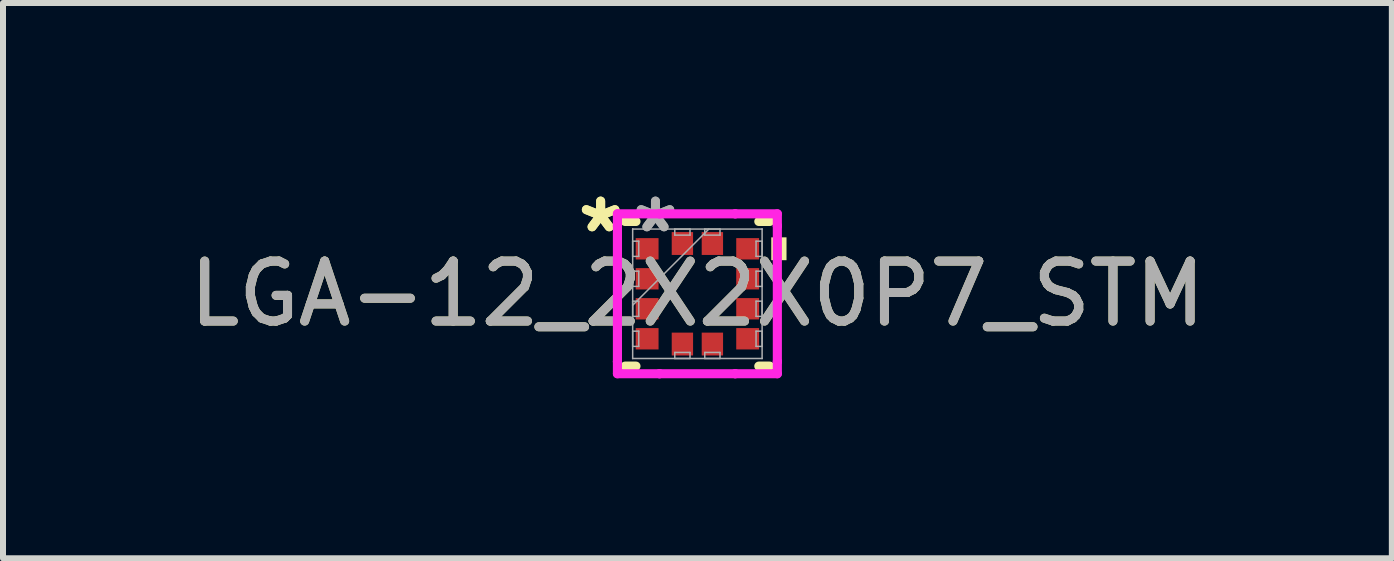
<source format=kicad_pcb>
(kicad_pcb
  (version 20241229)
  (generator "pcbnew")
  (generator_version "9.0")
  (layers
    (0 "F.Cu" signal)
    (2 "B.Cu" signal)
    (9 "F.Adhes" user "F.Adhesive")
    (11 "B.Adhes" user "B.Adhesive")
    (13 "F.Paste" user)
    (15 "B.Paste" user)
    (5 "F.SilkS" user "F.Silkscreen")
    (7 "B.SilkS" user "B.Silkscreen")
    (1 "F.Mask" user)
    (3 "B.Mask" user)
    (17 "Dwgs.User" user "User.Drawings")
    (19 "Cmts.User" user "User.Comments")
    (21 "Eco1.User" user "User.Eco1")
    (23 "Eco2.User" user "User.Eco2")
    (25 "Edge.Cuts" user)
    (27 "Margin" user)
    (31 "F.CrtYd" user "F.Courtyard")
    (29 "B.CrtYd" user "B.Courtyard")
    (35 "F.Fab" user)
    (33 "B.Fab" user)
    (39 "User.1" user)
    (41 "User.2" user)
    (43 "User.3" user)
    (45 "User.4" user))
  (footprint "LGA-12_2X2X0P7_STM"
    (layer "F.Cu")
    (at 8.577 1.848)
    (property "Reference" "LGA-12_2X2X0P7_STM" (at 0 0 0) (unlocked yes) (layer "F.SilkS") (effects (font (size 1 1) (thickness 0.15))))
    (attr smd)
    (fp_line (start -1.206 1.206) (end -1.024 1.206) (stroke (width 0.152) (type solid)) (layer "F.SilkS"))
    (fp_line (start -1.024 -1.206) (end -1.206 -1.206) (stroke (width 0.152) (type solid)) (layer "F.SilkS"))
    (fp_line (start 1.024 1.206) (end 1.206 1.206) (stroke (width 0.152) (type solid)) (layer "F.SilkS"))
    (fp_line (start 1.206 -1.206) (end 1.024 -1.206) (stroke (width 0.152) (type solid)) (layer "F.SilkS"))
    (fp_poly (pts (xy 1.486 -0.941) (xy 1.486 -0.56) (xy 1.232 -0.56) (xy 1.232 -0.941)) (stroke (width 0) (type solid)) (fill yes) (layer "F.SilkS"))
    (fp_line (start -1.333 -1.333) (end -0.631 -1.333) (stroke (width 0.152) (type solid)) (layer "F.CrtYd"))
    (fp_line (start -1.333 -1.131) (end -1.333 -1.333) (stroke (width 0.152) (type solid)) (layer "F.CrtYd"))
    (fp_line (start -1.333 -1.131) (end -1.333 -1.131) (stroke (width 0.152) (type solid)) (layer "F.CrtYd"))
    (fp_line (start -1.333 1.131) (end -1.333 -1.131) (stroke (width 0.152) (type solid)) (layer "F.CrtYd"))
    (fp_line (start -1.333 1.131) (end -1.333 1.131) (stroke (width 0.152) (type solid)) (layer "F.CrtYd"))
    (fp_line (start -1.333 1.333) (end -1.333 1.131) (stroke (width 0.152) (type solid)) (layer "F.CrtYd"))
    (fp_line (start -0.631 -1.333) (end -0.631 -1.333) (stroke (width 0.152) (type solid)) (layer "F.CrtYd"))
    (fp_line (start -0.631 -1.333) (end 0.631 -1.333) (stroke (width 0.152) (type solid)) (layer "F.CrtYd"))
    (fp_line (start -0.631 1.333) (end -1.333 1.333) (stroke (width 0.152) (type solid)) (layer "F.CrtYd"))
    (fp_line (start -0.631 1.333) (end -0.631 1.333) (stroke (width 0.152) (type solid)) (layer "F.CrtYd"))
    (fp_line (start 0.631 -1.333) (end 0.631 -1.333) (stroke (width 0.152) (type solid)) (layer "F.CrtYd"))
    (fp_line (start 0.631 -1.333) (end 1.333 -1.333) (stroke (width 0.152) (type solid)) (layer "F.CrtYd"))
    (fp_line (start 0.631 1.333) (end -0.631 1.333) (stroke (width 0.152) (type solid)) (layer "F.CrtYd"))
    (fp_line (start 0.631 1.333) (end 0.631 1.333) (stroke (width 0.152) (type solid)) (layer "F.CrtYd"))
    (fp_line (start 1.333 -1.333) (end 1.333 -1.131) (stroke (width 0.152) (type solid)) (layer "F.CrtYd"))
    (fp_line (start 1.333 -1.131) (end 1.333 -1.131) (stroke (width 0.152) (type solid)) (layer "F.CrtYd"))
    (fp_line (start 1.333 -1.131) (end 1.333 1.131) (stroke (width 0.152) (type solid)) (layer "F.CrtYd"))
    (fp_line (start 1.333 1.131) (end 1.333 1.131) (stroke (width 0.152) (type solid)) (layer "F.CrtYd"))
    (fp_line (start 1.333 1.131) (end 1.333 1.333) (stroke (width 0.152) (type solid)) (layer "F.CrtYd"))
    (fp_line (start 1.333 1.333) (end 0.631 1.333) (stroke (width 0.152) (type solid)) (layer "F.CrtYd"))
    (fp_line (start -1.079 -1.079) (end -1.079 -1.079) (stroke (width 0.025) (type solid)) (layer "F.Fab"))
    (fp_line (start -1.079 -1.079) (end -1.079 1.079) (stroke (width 0.025) (type solid)) (layer "F.Fab"))
    (fp_line (start -1.079 -0.877) (end -0.978 -0.877) (stroke (width 0.025) (type solid)) (layer "F.Fab"))
    (fp_line (start -1.079 -0.623) (end -1.079 -0.877) (stroke (width 0.025) (type solid)) (layer "F.Fab"))
    (fp_line (start -1.079 -0.377) (end -0.978 -0.377) (stroke (width 0.025) (type solid)) (layer "F.Fab"))
    (fp_line (start -1.079 -0.123) (end -1.079 -0.377) (stroke (width 0.025) (type solid)) (layer "F.Fab"))
    (fp_line (start -1.079 0.123) (end -0.978 0.123) (stroke (width 0.025) (type solid)) (layer "F.Fab"))
    (fp_line (start -1.079 0.191) (end 0.191 -1.079) (stroke (width 0.025) (type solid)) (layer "F.Fab"))
    (fp_line (start -1.079 0.377) (end -1.079 0.123) (stroke (width 0.025) (type solid)) (layer "F.Fab"))
    (fp_line (start -1.079 0.623) (end -0.978 0.623) (stroke (width 0.025) (type solid)) (layer "F.Fab"))
    (fp_line (start -1.079 0.877) (end -1.079 0.623) (stroke (width 0.025) (type solid)) (layer "F.Fab"))
    (fp_line (start -1.079 1.079) (end -1.079 1.079) (stroke (width 0.025) (type solid)) (layer "F.Fab"))
    (fp_line (start -1.079 1.079) (end 1.079 1.079) (stroke (width 0.025) (type solid)) (layer "F.Fab"))
    (fp_line (start -0.978 -0.877) (end -0.978 -0.623) (stroke (width 0.025) (type solid)) (layer "F.Fab"))
    (fp_line (start -0.978 -0.623) (end -1.079 -0.623) (stroke (width 0.025) (type solid)) (layer "F.Fab"))
    (fp_line (start -0.978 -0.377) (end -0.978 -0.123) (stroke (width 0.025) (type solid)) (layer "F.Fab"))
    (fp_line (start -0.978 -0.123) (end -1.079 -0.123) (stroke (width 0.025) (type solid)) (layer "F.Fab"))
    (fp_line (start -0.978 0.123) (end -0.978 0.377) (stroke (width 0.025) (type solid)) (layer "F.Fab"))
    (fp_line (start -0.978 0.377) (end -1.079 0.377) (stroke (width 0.025) (type solid)) (layer "F.Fab"))
    (fp_line (start -0.978 0.623) (end -0.978 0.877) (stroke (width 0.025) (type solid)) (layer "F.Fab"))
    (fp_line (start -0.978 0.877) (end -1.079 0.877) (stroke (width 0.025) (type solid)) (layer "F.Fab"))
    (fp_line (start -0.377 -1.079) (end -0.123 -1.079) (stroke (width 0.025) (type solid)) (layer "F.Fab"))
    (fp_line (start -0.377 -0.978) (end -0.377 -1.079) (stroke (width 0.025) (type solid)) (layer "F.Fab"))
    (fp_line (start -0.377 0.978) (end -0.123 0.978) (stroke (width 0.025) (type solid)) (layer "F.Fab"))
    (fp_line (start -0.377 1.079) (end -0.377 0.978) (stroke (width 0.025) (type solid)) (layer "F.Fab"))
    (fp_line (start -0.123 -1.079) (end -0.123 -0.978) (stroke (width 0.025) (type solid)) (layer "F.Fab"))
    (fp_line (start -0.123 -0.978) (end -0.377 -0.978) (stroke (width 0.025) (type solid)) (layer "F.Fab"))
    (fp_line (start -0.123 0.978) (end -0.123 1.079) (stroke (width 0.025) (type solid)) (layer "F.Fab"))
    (fp_line (start -0.123 1.079) (end -0.377 1.079) (stroke (width 0.025) (type solid)) (layer "F.Fab"))
    (fp_line (start 0.123 -1.079) (end 0.377 -1.079) (stroke (width 0.025) (type solid)) (layer "F.Fab"))
    (fp_line (start 0.123 -0.978) (end 0.123 -1.079) (stroke (width 0.025) (type solid)) (layer "F.Fab"))
    (fp_line (start 0.123 0.978) (end 0.377 0.978) (stroke (width 0.025) (type solid)) (layer "F.Fab"))
    (fp_line (start 0.123 1.079) (end 0.123 0.978) (stroke (width 0.025) (type solid)) (layer "F.Fab"))
    (fp_line (start 0.377 -1.079) (end 0.377 -0.978) (stroke (width 0.025) (type solid)) (layer "F.Fab"))
    (fp_line (start 0.377 -0.978) (end 0.123 -0.978) (stroke (width 0.025) (type solid)) (layer "F.Fab"))
    (fp_line (start 0.377 0.978) (end 0.377 1.079) (stroke (width 0.025) (type solid)) (layer "F.Fab"))
    (fp_line (start 0.377 1.079) (end 0.123 1.079) (stroke (width 0.025) (type solid)) (layer "F.Fab"))
    (fp_line (start 0.978 -0.877) (end 1.079 -0.877) (stroke (width 0.025) (type solid)) (layer "F.Fab"))
    (fp_line (start 0.978 -0.623) (end 0.978 -0.877) (stroke (width 0.025) (type solid)) (layer "F.Fab"))
    (fp_line (start 0.978 -0.377) (end 1.079 -0.377) (stroke (width 0.025) (type solid)) (layer "F.Fab"))
    (fp_line (start 0.978 -0.123) (end 0.978 -0.377) (stroke (width 0.025) (type solid)) (layer "F.Fab"))
    (fp_line (start 0.978 0.123) (end 1.079 0.123) (stroke (width 0.025) (type solid)) (layer "F.Fab"))
    (fp_line (start 0.978 0.377) (end 0.978 0.123) (stroke (width 0.025) (type solid)) (layer "F.Fab"))
    (fp_line (start 0.978 0.623) (end 1.079 0.623) (stroke (width 0.025) (type solid)) (layer "F.Fab"))
    (fp_line (start 0.978 0.877) (end 0.978 0.623) (stroke (width 0.025) (type solid)) (layer "F.Fab"))
    (fp_line (start 1.079 -1.079) (end -1.079 -1.079) (stroke (width 0.025) (type solid)) (layer "F.Fab"))
    (fp_line (start 1.079 -1.079) (end 1.079 -1.079) (stroke (width 0.025) (type solid)) (layer "F.Fab"))
    (fp_line (start 1.079 -0.877) (end 1.079 -0.623) (stroke (width 0.025) (type solid)) (layer "F.Fab"))
    (fp_line (start 1.079 -0.623) (end 0.978 -0.623) (stroke (width 0.025) (type solid)) (layer "F.Fab"))
    (fp_line (start 1.079 -0.377) (end 1.079 -0.123) (stroke (width 0.025) (type solid)) (layer "F.Fab"))
    (fp_line (start 1.079 -0.123) (end 0.978 -0.123) (stroke (width 0.025) (type solid)) (layer "F.Fab"))
    (fp_line (start 1.079 0.123) (end 1.079 0.377) (stroke (width 0.025) (type solid)) (layer "F.Fab"))
    (fp_line (start 1.079 0.377) (end 0.978 0.377) (stroke (width 0.025) (type solid)) (layer "F.Fab"))
    (fp_line (start 1.079 0.623) (end 1.079 0.877) (stroke (width 0.025) (type solid)) (layer "F.Fab"))
    (fp_line (start 1.079 0.877) (end 0.978 0.877) (stroke (width 0.025) (type solid)) (layer "F.Fab"))
    (fp_line (start 1.079 1.079) (end 1.079 -1.079) (stroke (width 0.025) (type solid)) (layer "F.Fab"))
    (fp_line (start 1.079 1.079) (end 1.079 1.079) (stroke (width 0.025) (type solid)) (layer "F.Fab"))
    (fp_text user "*" (at -1.613 -1 0) (unlocked yes) (layer "F.SilkS") (effects (font (size 1 1) (thickness 0.15))))
    (fp_text user "*" (at -1.613 -1 0) (layer "F.SilkS") (effects (font (size 1 1) (thickness 0.15))))
    (fp_text user "*" (at -0.699 -1 0) (layer "F.Fab") (effects (font (size 1 1) (thickness 0.15))))
    (fp_text user "${REFERENCE}" (at 0 0 0) (unlocked yes) (layer "F.Fab") (effects (font (size 1 1) (thickness 0.15))))
    (fp_text user "*" (at -0.699 -1 0) (unlocked yes) (layer "F.Fab") (effects (font (size 1 1) (thickness 0.15))))
    (pad "1" smd rect (at -0.838 -0.75 90) (size 0.356 0.381) (layers "F.Cu" "F.Mask" "F.Paste"))
    (pad "2" smd rect (at -0.838 -0.25 90) (size 0.356 0.381) (layers "F.Cu" "F.Mask" "F.Paste"))
    (pad "3" smd rect (at -0.838 0.25 90) (size 0.356 0.381) (layers "F.Cu" "F.Mask" "F.Paste"))
    (pad "4" smd rect (at -0.838 0.75 90) (size 0.356 0.381) (layers "F.Cu" "F.Mask" "F.Paste"))
    (pad "5" smd rect (at -0.25 0.838) (size 0.356 0.381) (layers "F.Cu" "F.Mask" "F.Paste"))
    (pad "6" smd rect (at 0.25 0.838) (size 0.356 0.381) (layers "F.Cu" "F.Mask" "F.Paste"))
    (pad "7" smd rect (at 0.838 0.75 90) (size 0.356 0.381) (layers "F.Cu" "F.Mask" "F.Paste"))
    (pad "8" smd rect (at 0.838 0.25 90) (size 0.356 0.381) (layers "F.Cu" "F.Mask" "F.Paste"))
    (pad "9" smd rect (at 0.838 -0.25 90) (size 0.356 0.381) (layers "F.Cu" "F.Mask" "F.Paste"))
    (pad "10" smd rect (at 0.838 -0.75 90) (size 0.356 0.381) (layers "F.Cu" "F.Mask" "F.Paste"))
    (pad "11" smd rect (at 0.25 -0.838) (size 0.356 0.381) (layers "F.Cu" "F.Mask" "F.Paste"))
    (pad "12" smd rect (at -0.25 -0.838) (size 0.356 0.381) (layers "F.Cu" "F.Mask" "F.Paste")))
  (gr_rect
    (start -3 -3)
    (end 20.155 6.258)
    (stroke (width 0.1) (type default))
    (fill no)
    (layer "Edge.Cuts")))
</source>
